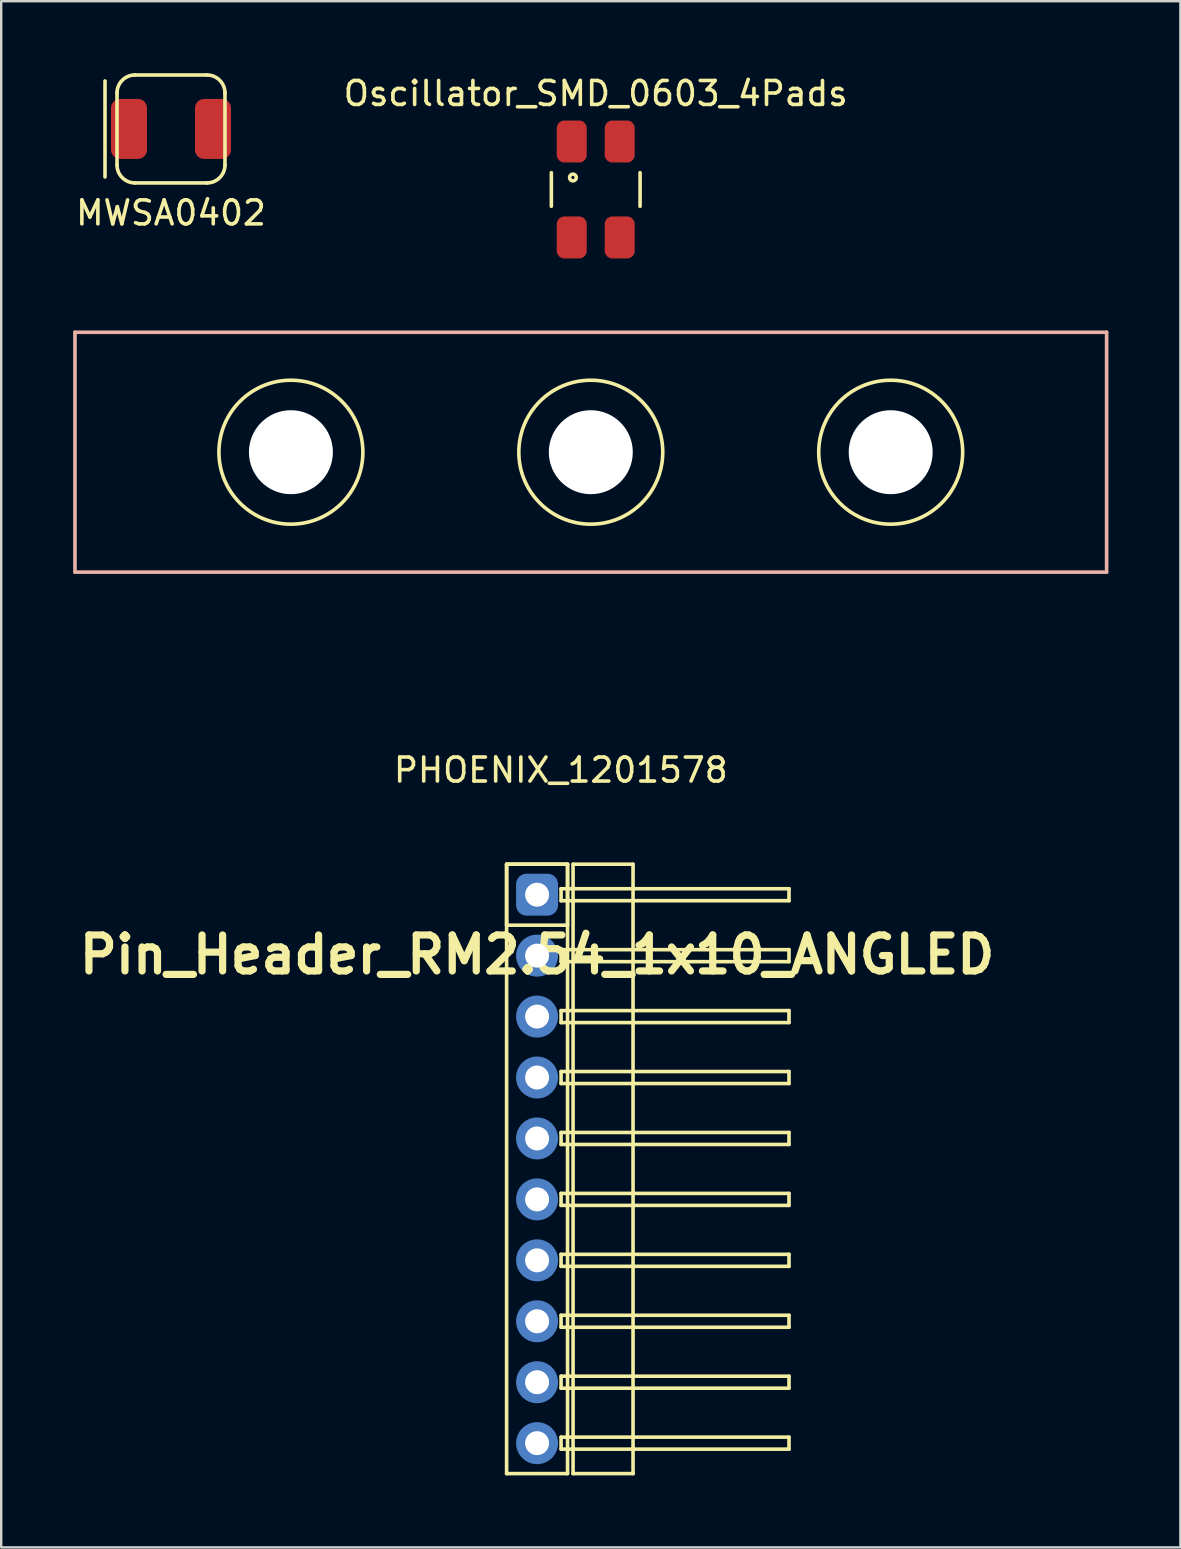
<source format=kicad_pcb>
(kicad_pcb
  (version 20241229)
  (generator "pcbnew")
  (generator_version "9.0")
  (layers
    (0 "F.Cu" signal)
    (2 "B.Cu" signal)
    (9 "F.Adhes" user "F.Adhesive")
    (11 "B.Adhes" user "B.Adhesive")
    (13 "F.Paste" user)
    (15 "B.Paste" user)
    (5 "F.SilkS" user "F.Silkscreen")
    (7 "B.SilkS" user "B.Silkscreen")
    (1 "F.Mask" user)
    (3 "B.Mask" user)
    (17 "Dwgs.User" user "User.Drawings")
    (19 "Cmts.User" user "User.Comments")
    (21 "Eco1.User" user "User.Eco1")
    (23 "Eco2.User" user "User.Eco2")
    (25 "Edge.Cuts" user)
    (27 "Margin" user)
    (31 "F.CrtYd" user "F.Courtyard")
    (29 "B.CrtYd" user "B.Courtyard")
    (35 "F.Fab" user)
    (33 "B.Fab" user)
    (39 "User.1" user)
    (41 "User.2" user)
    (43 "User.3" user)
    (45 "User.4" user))
  (footprint "MWSA0402"
    (layer "F.Cu")
    (at 4.077 2.325)
    (property "Reference" "MWSA0402" (at 0 3.5 0) (layer "F.SilkS") (effects (font (size 1 1) (thickness 0.15))))
    (attr through_hole)
    (fp_line (start -2.75 -2) (end -2.75 2) (stroke (width 0.15) (type solid)) (layer "F.SilkS"))
    (fp_line (start -2.25 1.5) (end -2.25 -1.5) (stroke (width 0.15) (type solid)) (layer "F.SilkS"))
    (fp_line (start -1.5 -2.25) (end 1.5 -2.25) (stroke (width 0.15) (type solid)) (layer "F.SilkS"))
    (fp_line (start 1.5 2.25) (end -1.5 2.25) (stroke (width 0.15) (type solid)) (layer "F.SilkS"))
    (fp_line (start 2.25 -1.5) (end 2.25 1.5) (stroke (width 0.15) (type solid)) (layer "F.SilkS"))
    (fp_arc (start -2.25 -1.5) (mid -2.03033 -2.03033) (end -1.5 -2.25) (stroke (width 0.15) (type solid)) (layer "F.SilkS"))
    (fp_arc (start -1.5 2.25) (mid -2.03033 2.03033) (end -2.25 1.5) (stroke (width 0.15) (type solid)) (layer "F.SilkS"))
    (fp_arc (start 1.5 -2.25) (mid 2.03033 -2.03033) (end 2.25 -1.5) (stroke (width 0.15) (type solid)) (layer "F.SilkS"))
    (fp_arc (start 2.25 1.5) (mid 2.03033 2.03033) (end 1.5 2.25) (stroke (width 0.15) (type solid)) (layer "F.SilkS"))
    (pad "1" smd roundrect (at -1.75 0) (size 1.5 2.5) (layers "F.Cu" "F.Mask" "F.Paste") (roundrect_rratio 0.25))
    (pad "2" smd roundrect (at 1.75 0) (size 1.5 2.5) (layers "F.Cu" "F.Mask" "F.Paste") (roundrect_rratio 0.25)))
  (footprint "Oscillator_SMD_0603_4Pads"
    (layer "F.Cu")
    (at 21.78 4.848)
    (property "Reference" "Oscillator_SMD_0603_4Pads" (at 0 -4 0) (layer "F.SilkS") (effects (font (size 1 1) (thickness 0.15))))
    (attr smd)
    (fp_line (start -1.849 0.701) (end -1.849 -0.701) (stroke (width 0.15) (type solid)) (layer "F.SilkS"))
    (fp_line (start 1.849 -0.701) (end 1.849 0.701) (stroke (width 0.15) (type solid)) (layer "F.SilkS"))
    (fp_circle (center -0.95 -0.5) (end -1.049 -0.399) (stroke (width 0.15) (type solid)) (fill no) (layer "F.SilkS"))
    (pad "1" smd roundrect (at -1 -2 270) (size 1.75 1.25) (layers "F.Cu" "F.Mask" "F.Paste") (roundrect_rratio 0.25))
    (pad "2" smd roundrect (at -1 2 270) (size 1.75 1.25) (layers "F.Cu" "F.Mask" "F.Paste") (roundrect_rratio 0.25))
    (pad "3" smd roundrect (at 1 2 270) (size 1.75 1.25) (layers "F.Cu" "F.Mask" "F.Paste") (roundrect_rratio 0.25))
    (pad "4" smd roundrect (at 1 -2 270) (size 1.75 1.25) (layers "F.Cu" "F.Mask" "F.Paste") (roundrect_rratio 0.25)))
  (footprint "PHOENIX_1201578"
    (layer "F.Cu")
    (at 21.575 15.798)
    (property "Reference" "PHOENIX_1201578" (at -1.25 13.25 0) (layer "F.SilkS") (effects (font (size 1 1) (thickness 0.15))))
    (attr through_hole)
    (fp_circle (center -12.5 0) (end -9.5 0) (stroke (width 0.15) (type solid)) (fill no) (layer "F.SilkS"))
    (fp_circle (center 0 0) (end 3 0) (stroke (width 0.15) (type solid)) (fill no) (layer "F.SilkS"))
    (fp_circle (center 12.5 0) (end 15.5 0) (stroke (width 0.15) (type solid)) (fill no) (layer "F.SilkS"))
    (fp_line (start -21.5 -5) (end -21.5 5) (stroke (width 0.15) (type solid)) (layer "B.SilkS"))
    (fp_line (start -21.5 -5) (end 21.5 -5) (stroke (width 0.15) (type solid)) (layer "B.SilkS"))
    (fp_line (start -21.5 5) (end 21.5 5) (stroke (width 0.15) (type solid)) (layer "B.SilkS"))
    (fp_line (start 21.5 -5) (end 21.5 5) (stroke (width 0.15) (type solid)) (layer "B.SilkS"))
    (pad "" np_thru_hole circle (at -12.5 0) (size 3.5 3.5) (drill 3.5) (layers "*.Cu" "*.Mask"))
    (pad "" np_thru_hole circle (at 0 0) (size 3.5 3.5) (drill 3.5) (layers "*.Cu" "*.Mask"))
    (pad "" np_thru_hole circle (at 12.5 0) (size 3.5 3.5) (drill 3.5) (layers "*.Cu" "*.Mask")))
  (footprint "Pin_Header_RM2.54_1x10_ANGLED"
    (layer "F.Cu")
    (at 19.336 34.242)
    (property "Reference" "Pin_Header_RM2.54_1x10_ANGLED" (at 0 2.5 0) (layer "F.SilkS") (effects (font (size 1.5 1.5) (thickness 0.3))))
    (attr through_hole)
    (fp_line (start -1.27 -1.27) (end 1.27 -1.27) (stroke (width 0.15) (type solid)) (layer "F.SilkS"))
    (fp_line (start -1.27 -1.27) (end 1.27 -1.27) (stroke (width 0.15) (type solid)) (layer "F.SilkS"))
    (fp_line (start -1.27 1.27) (end -1.27 -1.27) (stroke (width 0.15) (type solid)) (layer "F.SilkS"))
    (fp_line (start -1.27 24.13) (end -1.27 -1.27) (stroke (width 0.15) (type solid)) (layer "F.SilkS"))
    (fp_line (start 1 -0.25) (end 10.5 -0.25) (stroke (width 0.15) (type solid)) (layer "F.SilkS"))
    (fp_line (start 1 0.25) (end 1 -0.25) (stroke (width 0.15) (type solid)) (layer "F.SilkS"))
    (fp_line (start 1 2.29) (end 10.5 2.29) (stroke (width 0.15) (type solid)) (layer "F.SilkS"))
    (fp_line (start 1 2.79) (end 1 2.29) (stroke (width 0.15) (type solid)) (layer "F.SilkS"))
    (fp_line (start 1 4.83) (end 10.5 4.83) (stroke (width 0.15) (type solid)) (layer "F.SilkS"))
    (fp_line (start 1 5.33) (end 1 4.83) (stroke (width 0.15) (type solid)) (layer "F.SilkS"))
    (fp_line (start 1 7.37) (end 10.5 7.37) (stroke (width 0.15) (type solid)) (layer "F.SilkS"))
    (fp_line (start 1 7.87) (end 1 7.37) (stroke (width 0.15) (type solid)) (layer "F.SilkS"))
    (fp_line (start 1 9.91) (end 10.5 9.91) (stroke (width 0.15) (type solid)) (layer "F.SilkS"))
    (fp_line (start 1 10.41) (end 1 9.91) (stroke (width 0.15) (type solid)) (layer "F.SilkS"))
    (fp_line (start 1 12.45) (end 10.5 12.45) (stroke (width 0.15) (type solid)) (layer "F.SilkS"))
    (fp_line (start 1 12.95) (end 1 12.45) (stroke (width 0.15) (type solid)) (layer "F.SilkS"))
    (fp_line (start 1 14.99) (end 10.5 14.99) (stroke (width 0.15) (type solid)) (layer "F.SilkS"))
    (fp_line (start 1 15.49) (end 1 14.99) (stroke (width 0.15) (type solid)) (layer "F.SilkS"))
    (fp_line (start 1 17.53) (end 10.5 17.53) (stroke (width 0.15) (type solid)) (layer "F.SilkS"))
    (fp_line (start 1 18.03) (end 1 17.53) (stroke (width 0.15) (type solid)) (layer "F.SilkS"))
    (fp_line (start 1 20.07) (end 10.5 20.07) (stroke (width 0.15) (type solid)) (layer "F.SilkS"))
    (fp_line (start 1 20.57) (end 1 20.07) (stroke (width 0.15) (type solid)) (layer "F.SilkS"))
    (fp_line (start 1 22.61) (end 10.5 22.61) (stroke (width 0.15) (type solid)) (layer "F.SilkS"))
    (fp_line (start 1 23.11) (end 1 22.61) (stroke (width 0.15) (type solid)) (layer "F.SilkS"))
    (fp_line (start 1.27 -1.27) (end 1.27 1.27) (stroke (width 0.15) (type solid)) (layer "F.SilkS"))
    (fp_line (start 1.27 -1.27) (end 1.27 24.13) (stroke (width 0.15) (type solid)) (layer "F.SilkS"))
    (fp_line (start 1.27 1.27) (end -1.27 1.27) (stroke (width 0.15) (type solid)) (layer "F.SilkS"))
    (fp_line (start 1.27 24.13) (end -1.27 24.13) (stroke (width 0.15) (type solid)) (layer "F.SilkS"))
    (fp_line (start 1.5 -1.27) (end 4 -1.27) (stroke (width 0.15) (type solid)) (layer "F.SilkS"))
    (fp_line (start 1.5 24.13) (end 1.5 -1.27) (stroke (width 0.15) (type solid)) (layer "F.SilkS"))
    (fp_line (start 4 -1.27) (end 4 24.13) (stroke (width 0.15) (type solid)) (layer "F.SilkS"))
    (fp_line (start 4 24.13) (end 1.5 24.13) (stroke (width 0.15) (type solid)) (layer "F.SilkS"))
    (fp_line (start 10.5 -0.25) (end 10.5 0.25) (stroke (width 0.15) (type solid)) (layer "F.SilkS"))
    (fp_line (start 10.5 0.25) (end 1 0.25) (stroke (width 0.15) (type solid)) (layer "F.SilkS"))
    (fp_line (start 10.5 2.29) (end 10.5 2.79) (stroke (width 0.15) (type solid)) (layer "F.SilkS"))
    (fp_line (start 10.5 2.79) (end 1 2.79) (stroke (width 0.15) (type solid)) (layer "F.SilkS"))
    (fp_line (start 10.5 4.83) (end 10.5 5.33) (stroke (width 0.15) (type solid)) (layer "F.SilkS"))
    (fp_line (start 10.5 5.33) (end 1 5.33) (stroke (width 0.15) (type solid)) (layer "F.SilkS"))
    (fp_line (start 10.5 7.37) (end 10.5 7.87) (stroke (width 0.15) (type solid)) (layer "F.SilkS"))
    (fp_line (start 10.5 7.87) (end 1 7.87) (stroke (width 0.15) (type solid)) (layer "F.SilkS"))
    (fp_line (start 10.5 9.91) (end 10.5 10.41) (stroke (width 0.15) (type solid)) (layer "F.SilkS"))
    (fp_line (start 10.5 10.41) (end 1 10.41) (stroke (width 0.15) (type solid)) (layer "F.SilkS"))
    (fp_line (start 10.5 12.45) (end 10.5 12.95) (stroke (width 0.15) (type solid)) (layer "F.SilkS"))
    (fp_line (start 10.5 12.95) (end 1 12.95) (stroke (width 0.15) (type solid)) (layer "F.SilkS"))
    (fp_line (start 10.5 14.99) (end 10.5 15.49) (stroke (width 0.15) (type solid)) (layer "F.SilkS"))
    (fp_line (start 10.5 15.49) (end 1 15.49) (stroke (width 0.15) (type solid)) (layer "F.SilkS"))
    (fp_line (start 10.5 17.53) (end 10.5 18.03) (stroke (width 0.15) (type solid)) (layer "F.SilkS"))
    (fp_line (start 10.5 18.03) (end 1 18.03) (stroke (width 0.15) (type solid)) (layer "F.SilkS"))
    (fp_line (start 10.5 20.07) (end 10.5 20.57) (stroke (width 0.15) (type solid)) (layer "F.SilkS"))
    (fp_line (start 10.5 20.57) (end 1 20.57) (stroke (width 0.15) (type solid)) (layer "F.SilkS"))
    (fp_line (start 10.5 22.61) (end 10.5 23.11) (stroke (width 0.15) (type solid)) (layer "F.SilkS"))
    (fp_line (start 10.5 23.11) (end 1 23.11) (stroke (width 0.15) (type solid)) (layer "F.SilkS"))
    (pad "1" thru_hole circle (at 0 0) (size 1.3 1.3) (drill 1) (layers "*.Cu" "*.Mask"))
    (pad "1" smd roundrect (at 0 0) (size 1.5 1.5) (layers "F.Cu" "F.Mask") (roundrect_rratio 0.25))
    (pad "1" smd roundrect (at 0 0) (size 1.75 1.75) (layers "B.Cu" "B.Mask") (roundrect_rratio 0.25))
    (pad "2" thru_hole circle (at 0 2.54) (size 1.3 1.3) (drill 1) (layers "*.Cu" "*.Mask"))
    (pad "2" smd circle (at 0 2.54) (size 1.5 1.5) (layers "F.Cu" "F.Mask"))
    (pad "2" smd circle (at 0 2.54) (size 1.75 1.75) (layers "B.Cu" "B.Mask"))
    (pad "3" thru_hole circle (at 0 5.08) (size 1.3 1.3) (drill 1) (layers "*.Cu" "*.Mask"))
    (pad "3" smd circle (at 0 5.08) (size 1.5 1.5) (layers "F.Cu" "F.Mask"))
    (pad "3" smd circle (at 0 5.08) (size 1.75 1.75) (layers "B.Cu" "B.Mask"))
    (pad "4" thru_hole circle (at 0 7.62) (size 1.3 1.3) (drill 1) (layers "*.Cu" "*.Mask"))
    (pad "4" smd circle (at 0 7.62) (size 1.5 1.5) (layers "F.Cu" "F.Mask"))
    (pad "4" smd circle (at 0 7.62) (size 1.75 1.75) (layers "B.Cu" "B.Mask"))
    (pad "5" thru_hole circle (at 0 10.16) (size 1.3 1.3) (drill 1) (layers "*.Cu" "*.Mask"))
    (pad "5" smd circle (at 0 10.16) (size 1.5 1.5) (layers "F.Cu" "F.Mask"))
    (pad "5" smd circle (at 0 10.16) (size 1.75 1.75) (layers "B.Cu" "B.Mask"))
    (pad "6" thru_hole circle (at 0 12.7) (size 1.3 1.3) (drill 1) (layers "*.Cu" "*.Mask"))
    (pad "6" smd circle (at 0 12.7) (size 1.5 1.5) (layers "F.Cu" "F.Mask"))
    (pad "6" smd circle (at 0 12.7) (size 1.75 1.75) (layers "B.Cu" "B.Mask"))
    (pad "7" thru_hole circle (at 0 15.24) (size 1.3 1.3) (drill 1) (layers "*.Cu" "*.Mask"))
    (pad "7" smd circle (at 0 15.24) (size 1.5 1.5) (layers "F.Cu" "F.Mask"))
    (pad "7" smd circle (at 0 15.24) (size 1.75 1.75) (layers "B.Cu" "B.Mask"))
    (pad "8" thru_hole circle (at 0 17.78) (size 1.3 1.3) (drill 1) (layers "*.Cu" "*.Mask"))
    (pad "8" smd circle (at 0 17.78) (size 1.5 1.5) (layers "F.Cu" "F.Mask"))
    (pad "8" smd circle (at 0 17.78) (size 1.75 1.75) (layers "B.Cu" "B.Mask"))
    (pad "9" thru_hole circle (at 0 20.32) (size 1.3 1.3) (drill 1) (layers "*.Cu" "*.Mask"))
    (pad "9" smd circle (at 0 20.32) (size 1.5 1.5) (layers "F.Cu" "F.Mask"))
    (pad "9" smd circle (at 0 20.32) (size 1.75 1.75) (layers "B.Cu" "B.Mask"))
    (pad "10" thru_hole circle (at 0 22.86) (size 1.3 1.3) (drill 1) (layers "*.Cu" "*.Mask"))
    (pad "10" smd circle (at 0 22.86) (size 1.5 1.5) (layers "F.Cu" "F.Mask"))
    (pad "10" smd circle (at 0 22.86) (size 1.75 1.75) (layers "B.Cu" "B.Mask")))
  (gr_rect
    (start -3 -3)
    (end 46.15 61.447)
    (stroke (width 0.1) (type default))
    (fill no)
    (layer "Edge.Cuts")))
</source>
